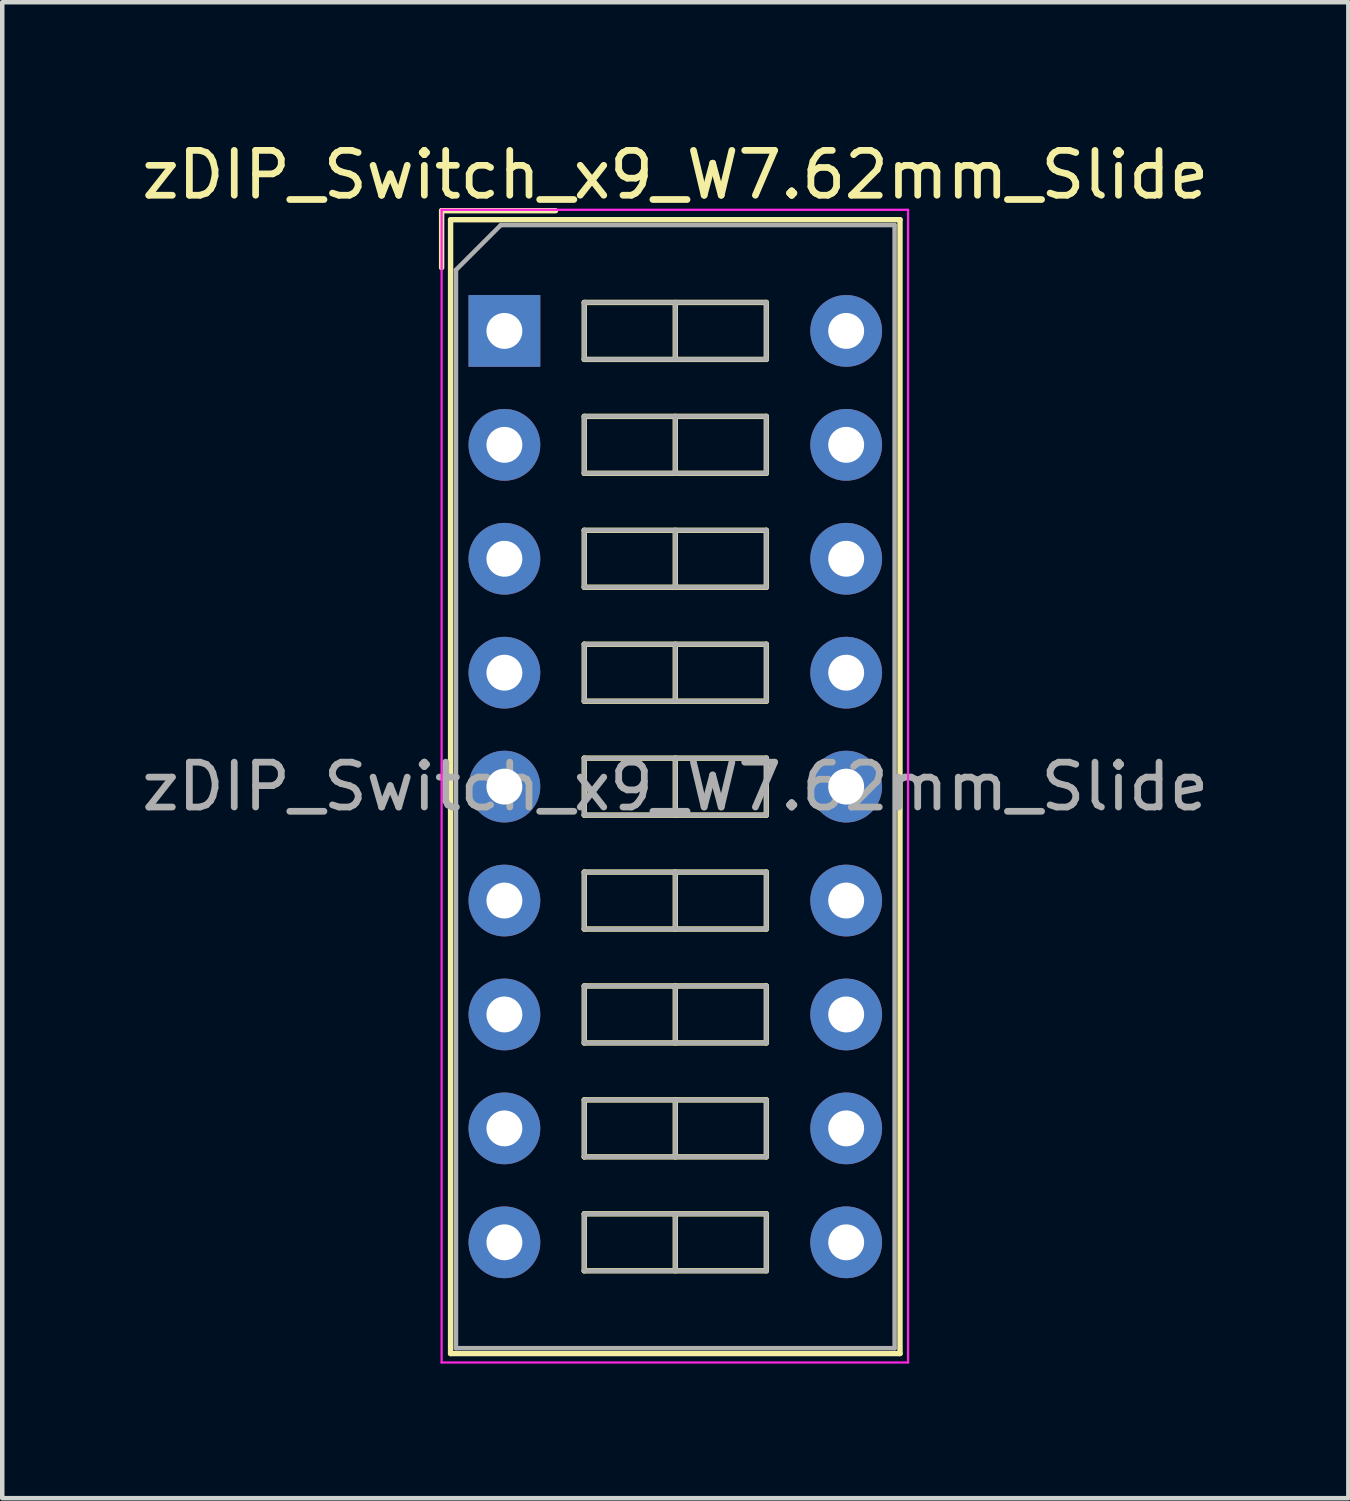
<source format=kicad_pcb>
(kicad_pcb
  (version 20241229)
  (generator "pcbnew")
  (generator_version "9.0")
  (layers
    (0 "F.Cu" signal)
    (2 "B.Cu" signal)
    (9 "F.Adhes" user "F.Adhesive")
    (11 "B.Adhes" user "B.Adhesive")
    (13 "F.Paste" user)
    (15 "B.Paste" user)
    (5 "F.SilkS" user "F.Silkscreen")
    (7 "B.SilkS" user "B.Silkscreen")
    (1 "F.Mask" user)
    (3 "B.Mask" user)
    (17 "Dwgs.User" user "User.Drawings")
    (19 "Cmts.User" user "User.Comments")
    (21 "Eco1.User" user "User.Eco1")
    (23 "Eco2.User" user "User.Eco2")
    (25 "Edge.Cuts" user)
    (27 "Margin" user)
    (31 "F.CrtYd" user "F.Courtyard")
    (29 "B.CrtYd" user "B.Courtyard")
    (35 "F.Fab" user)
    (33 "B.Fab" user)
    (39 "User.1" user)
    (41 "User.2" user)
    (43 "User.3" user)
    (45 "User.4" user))
  (footprint "zDIP_Switch_x9_W7.62mm_Slide"
    (layer "F.Cu")
    (at 8.196 4.328)
    (property "Reference" "zDIP_Switch_x9_W7.62mm_Slide" (at 3.81 -3.48 0) (layer "F.SilkS") (effects (font (size 1 1) (thickness 0.15))))
    (attr through_hole)
    (fp_line (start -1.4 -2.68) (end -1.4 -1.41) (stroke (width 0.12) (type solid)) (layer "F.SilkS"))
    (fp_line (start -1.4 -2.68) (end 1.14 -2.68) (stroke (width 0.12) (type solid)) (layer "F.SilkS"))
    (fp_line (start -1.2 -2.48) (end 8.82 -2.48) (stroke (width 0.12) (type solid)) (layer "F.SilkS"))
    (fp_line (start -1.2 22.8) (end -1.2 -2.48) (stroke (width 0.12) (type solid)) (layer "F.SilkS"))
    (fp_line (start 1.78 -0.635) (end 1.78 0.635) (stroke (width 0.12) (type solid)) (layer "F.SilkS"))
    (fp_line (start 1.78 0.635) (end 5.84 0.635) (stroke (width 0.12) (type solid)) (layer "F.SilkS"))
    (fp_line (start 1.78 1.905) (end 1.78 3.175) (stroke (width 0.12) (type solid)) (layer "F.SilkS"))
    (fp_line (start 1.78 3.175) (end 5.84 3.175) (stroke (width 0.12) (type solid)) (layer "F.SilkS"))
    (fp_line (start 1.78 4.445) (end 1.78 5.715) (stroke (width 0.12) (type solid)) (layer "F.SilkS"))
    (fp_line (start 1.78 5.715) (end 5.84 5.715) (stroke (width 0.12) (type solid)) (layer "F.SilkS"))
    (fp_line (start 1.78 6.985) (end 1.78 8.255) (stroke (width 0.12) (type solid)) (layer "F.SilkS"))
    (fp_line (start 1.78 8.255) (end 5.84 8.255) (stroke (width 0.12) (type solid)) (layer "F.SilkS"))
    (fp_line (start 1.78 9.525) (end 1.78 10.795) (stroke (width 0.12) (type solid)) (layer "F.SilkS"))
    (fp_line (start 1.78 10.795) (end 5.84 10.795) (stroke (width 0.12) (type solid)) (layer "F.SilkS"))
    (fp_line (start 1.78 12.065) (end 1.78 13.335) (stroke (width 0.12) (type solid)) (layer "F.SilkS"))
    (fp_line (start 1.78 13.335) (end 5.84 13.335) (stroke (width 0.12) (type solid)) (layer "F.SilkS"))
    (fp_line (start 1.78 14.605) (end 1.78 15.875) (stroke (width 0.12) (type solid)) (layer "F.SilkS"))
    (fp_line (start 1.78 15.875) (end 5.84 15.875) (stroke (width 0.12) (type solid)) (layer "F.SilkS"))
    (fp_line (start 1.78 17.145) (end 1.78 18.415) (stroke (width 0.12) (type solid)) (layer "F.SilkS"))
    (fp_line (start 1.78 18.415) (end 5.84 18.415) (stroke (width 0.12) (type solid)) (layer "F.SilkS"))
    (fp_line (start 1.78 19.685) (end 1.78 20.955) (stroke (width 0.12) (type solid)) (layer "F.SilkS"))
    (fp_line (start 1.78 20.955) (end 5.84 20.955) (stroke (width 0.12) (type solid)) (layer "F.SilkS"))
    (fp_line (start 3.81 -0.635) (end 3.81 0.635) (stroke (width 0.12) (type solid)) (layer "F.SilkS"))
    (fp_line (start 3.81 1.905) (end 3.81 3.175) (stroke (width 0.12) (type solid)) (layer "F.SilkS"))
    (fp_line (start 3.81 4.445) (end 3.81 5.715) (stroke (width 0.12) (type solid)) (layer "F.SilkS"))
    (fp_line (start 3.81 6.985) (end 3.81 8.255) (stroke (width 0.12) (type solid)) (layer "F.SilkS"))
    (fp_line (start 3.81 9.525) (end 3.81 10.795) (stroke (width 0.12) (type solid)) (layer "F.SilkS"))
    (fp_line (start 3.81 12.065) (end 3.81 13.335) (stroke (width 0.12) (type solid)) (layer "F.SilkS"))
    (fp_line (start 3.81 14.605) (end 3.81 15.875) (stroke (width 0.12) (type solid)) (layer "F.SilkS"))
    (fp_line (start 3.81 17.145) (end 3.81 18.415) (stroke (width 0.12) (type solid)) (layer "F.SilkS"))
    (fp_line (start 3.81 19.685) (end 3.81 20.955) (stroke (width 0.12) (type solid)) (layer "F.SilkS"))
    (fp_line (start 5.84 -0.635) (end 1.78 -0.635) (stroke (width 0.12) (type solid)) (layer "F.SilkS"))
    (fp_line (start 5.84 0.635) (end 5.84 -0.635) (stroke (width 0.12) (type solid)) (layer "F.SilkS"))
    (fp_line (start 5.84 1.905) (end 1.78 1.905) (stroke (width 0.12) (type solid)) (layer "F.SilkS"))
    (fp_line (start 5.84 3.175) (end 5.84 1.905) (stroke (width 0.12) (type solid)) (layer "F.SilkS"))
    (fp_line (start 5.84 4.445) (end 1.78 4.445) (stroke (width 0.12) (type solid)) (layer "F.SilkS"))
    (fp_line (start 5.84 5.715) (end 5.84 4.445) (stroke (width 0.12) (type solid)) (layer "F.SilkS"))
    (fp_line (start 5.84 6.985) (end 1.78 6.985) (stroke (width 0.12) (type solid)) (layer "F.SilkS"))
    (fp_line (start 5.84 8.255) (end 5.84 6.985) (stroke (width 0.12) (type solid)) (layer "F.SilkS"))
    (fp_line (start 5.84 9.525) (end 1.78 9.525) (stroke (width 0.12) (type solid)) (layer "F.SilkS"))
    (fp_line (start 5.84 10.795) (end 5.84 9.525) (stroke (width 0.12) (type solid)) (layer "F.SilkS"))
    (fp_line (start 5.84 12.065) (end 1.78 12.065) (stroke (width 0.12) (type solid)) (layer "F.SilkS"))
    (fp_line (start 5.84 13.335) (end 5.84 12.065) (stroke (width 0.12) (type solid)) (layer "F.SilkS"))
    (fp_line (start 5.84 14.605) (end 1.78 14.605) (stroke (width 0.12) (type solid)) (layer "F.SilkS"))
    (fp_line (start 5.84 15.875) (end 5.84 14.605) (stroke (width 0.12) (type solid)) (layer "F.SilkS"))
    (fp_line (start 5.84 17.145) (end 1.78 17.145) (stroke (width 0.12) (type solid)) (layer "F.SilkS"))
    (fp_line (start 5.84 18.415) (end 5.84 17.145) (stroke (width 0.12) (type solid)) (layer "F.SilkS"))
    (fp_line (start 5.84 19.685) (end 1.78 19.685) (stroke (width 0.12) (type solid)) (layer "F.SilkS"))
    (fp_line (start 5.84 20.955) (end 5.84 19.685) (stroke (width 0.12) (type solid)) (layer "F.SilkS"))
    (fp_line (start 8.82 -2.48) (end 8.82 22.8) (stroke (width 0.12) (type solid)) (layer "F.SilkS"))
    (fp_line (start 8.82 22.8) (end -1.2 22.8) (stroke (width 0.12) (type solid)) (layer "F.SilkS"))
    (fp_line (start -1.4 -2.7) (end -1.4 23) (stroke (width 0.05) (type solid)) (layer "F.CrtYd"))
    (fp_line (start -1.4 23) (end 9 23) (stroke (width 0.05) (type solid)) (layer "F.CrtYd"))
    (fp_line (start 9 -2.7) (end -1.4 -2.7) (stroke (width 0.05) (type solid)) (layer "F.CrtYd"))
    (fp_line (start 9 23) (end 9 -2.7) (stroke (width 0.05) (type solid)) (layer "F.CrtYd"))
    (fp_line (start -1.08 -1.36) (end -0.08 -2.36) (stroke (width 0.1) (type solid)) (layer "F.Fab"))
    (fp_line (start -1.08 22.68) (end -1.08 -1.36) (stroke (width 0.1) (type solid)) (layer "F.Fab"))
    (fp_line (start -0.08 -2.36) (end 8.7 -2.36) (stroke (width 0.1) (type solid)) (layer "F.Fab"))
    (fp_line (start 1.78 -0.635) (end 1.78 0.635) (stroke (width 0.1) (type solid)) (layer "F.Fab"))
    (fp_line (start 1.78 0.635) (end 5.84 0.635) (stroke (width 0.1) (type solid)) (layer "F.Fab"))
    (fp_line (start 1.78 1.905) (end 1.78 3.175) (stroke (width 0.1) (type solid)) (layer "F.Fab"))
    (fp_line (start 1.78 3.175) (end 5.84 3.175) (stroke (width 0.1) (type solid)) (layer "F.Fab"))
    (fp_line (start 1.78 4.445) (end 1.78 5.715) (stroke (width 0.1) (type solid)) (layer "F.Fab"))
    (fp_line (start 1.78 5.715) (end 5.84 5.715) (stroke (width 0.1) (type solid)) (layer "F.Fab"))
    (fp_line (start 1.78 6.985) (end 1.78 8.255) (stroke (width 0.1) (type solid)) (layer "F.Fab"))
    (fp_line (start 1.78 8.255) (end 5.84 8.255) (stroke (width 0.1) (type solid)) (layer "F.Fab"))
    (fp_line (start 1.78 9.525) (end 1.78 10.795) (stroke (width 0.1) (type solid)) (layer "F.Fab"))
    (fp_line (start 1.78 10.795) (end 5.84 10.795) (stroke (width 0.1) (type solid)) (layer "F.Fab"))
    (fp_line (start 1.78 12.065) (end 1.78 13.335) (stroke (width 0.1) (type solid)) (layer "F.Fab"))
    (fp_line (start 1.78 13.335) (end 5.84 13.335) (stroke (width 0.1) (type solid)) (layer "F.Fab"))
    (fp_line (start 1.78 14.605) (end 1.78 15.875) (stroke (width 0.1) (type solid)) (layer "F.Fab"))
    (fp_line (start 1.78 15.875) (end 5.84 15.875) (stroke (width 0.1) (type solid)) (layer "F.Fab"))
    (fp_line (start 1.78 17.145) (end 1.78 18.415) (stroke (width 0.1) (type solid)) (layer "F.Fab"))
    (fp_line (start 1.78 18.415) (end 5.84 18.415) (stroke (width 0.1) (type solid)) (layer "F.Fab"))
    (fp_line (start 1.78 19.685) (end 1.78 20.955) (stroke (width 0.1) (type solid)) (layer "F.Fab"))
    (fp_line (start 1.78 20.955) (end 5.84 20.955) (stroke (width 0.1) (type solid)) (layer "F.Fab"))
    (fp_line (start 3.81 -0.635) (end 3.81 0.635) (stroke (width 0.1) (type solid)) (layer "F.Fab"))
    (fp_line (start 3.81 1.905) (end 3.81 3.175) (stroke (width 0.1) (type solid)) (layer "F.Fab"))
    (fp_line (start 3.81 4.445) (end 3.81 5.715) (stroke (width 0.1) (type solid)) (layer "F.Fab"))
    (fp_line (start 3.81 6.985) (end 3.81 8.255) (stroke (width 0.1) (type solid)) (layer "F.Fab"))
    (fp_line (start 3.81 9.525) (end 3.81 10.795) (stroke (width 0.1) (type solid)) (layer "F.Fab"))
    (fp_line (start 3.81 12.065) (end 3.81 13.335) (stroke (width 0.1) (type solid)) (layer "F.Fab"))
    (fp_line (start 3.81 14.605) (end 3.81 15.875) (stroke (width 0.1) (type solid)) (layer "F.Fab"))
    (fp_line (start 3.81 17.145) (end 3.81 18.415) (stroke (width 0.1) (type solid)) (layer "F.Fab"))
    (fp_line (start 3.81 19.685) (end 3.81 20.955) (stroke (width 0.1) (type solid)) (layer "F.Fab"))
    (fp_line (start 5.84 -0.635) (end 1.78 -0.635) (stroke (width 0.1) (type solid)) (layer "F.Fab"))
    (fp_line (start 5.84 0.635) (end 5.84 -0.635) (stroke (width 0.1) (type solid)) (layer "F.Fab"))
    (fp_line (start 5.84 1.905) (end 1.78 1.905) (stroke (width 0.1) (type solid)) (layer "F.Fab"))
    (fp_line (start 5.84 3.175) (end 5.84 1.905) (stroke (width 0.1) (type solid)) (layer "F.Fab"))
    (fp_line (start 5.84 4.445) (end 1.78 4.445) (stroke (width 0.1) (type solid)) (layer "F.Fab"))
    (fp_line (start 5.84 5.715) (end 5.84 4.445) (stroke (width 0.1) (type solid)) (layer "F.Fab"))
    (fp_line (start 5.84 6.985) (end 1.78 6.985) (stroke (width 0.1) (type solid)) (layer "F.Fab"))
    (fp_line (start 5.84 8.255) (end 5.84 6.985) (stroke (width 0.1) (type solid)) (layer "F.Fab"))
    (fp_line (start 5.84 9.525) (end 1.78 9.525) (stroke (width 0.1) (type solid)) (layer "F.Fab"))
    (fp_line (start 5.84 10.795) (end 5.84 9.525) (stroke (width 0.1) (type solid)) (layer "F.Fab"))
    (fp_line (start 5.84 12.065) (end 1.78 12.065) (stroke (width 0.1) (type solid)) (layer "F.Fab"))
    (fp_line (start 5.84 13.335) (end 5.84 12.065) (stroke (width 0.1) (type solid)) (layer "F.Fab"))
    (fp_line (start 5.84 14.605) (end 1.78 14.605) (stroke (width 0.1) (type solid)) (layer "F.Fab"))
    (fp_line (start 5.84 15.875) (end 5.84 14.605) (stroke (width 0.1) (type solid)) (layer "F.Fab"))
    (fp_line (start 5.84 17.145) (end 1.78 17.145) (stroke (width 0.1) (type solid)) (layer "F.Fab"))
    (fp_line (start 5.84 18.415) (end 5.84 17.145) (stroke (width 0.1) (type solid)) (layer "F.Fab"))
    (fp_line (start 5.84 19.685) (end 1.78 19.685) (stroke (width 0.1) (type solid)) (layer "F.Fab"))
    (fp_line (start 5.84 20.955) (end 5.84 19.685) (stroke (width 0.1) (type solid)) (layer "F.Fab"))
    (fp_line (start 8.7 -2.36) (end 8.7 22.68) (stroke (width 0.1) (type solid)) (layer "F.Fab"))
    (fp_line (start 8.7 22.68) (end -1.08 22.68) (stroke (width 0.1) (type solid)) (layer "F.Fab"))
    (fp_text user "${REFERENCE}" (at 3.81 10.16 0) (layer "F.Fab") (effects (font (size 1 1) (thickness 0.15))))
    (pad "1" thru_hole rect (at 0 0) (size 1.6 1.6) (drill 0.8) (layers "*.Cu" "*.Mask"))
    (pad "2" thru_hole oval (at 0 2.54) (size 1.6 1.6) (drill 0.8) (layers "*.Cu" "*.Mask"))
    (pad "3" thru_hole oval (at 0 5.08) (size 1.6 1.6) (drill 0.8) (layers "*.Cu" "*.Mask"))
    (pad "4" thru_hole oval (at 0 7.62) (size 1.6 1.6) (drill 0.8) (layers "*.Cu" "*.Mask"))
    (pad "5" thru_hole oval (at 0 10.16) (size 1.6 1.6) (drill 0.8) (layers "*.Cu" "*.Mask"))
    (pad "6" thru_hole oval (at 0 12.7) (size 1.6 1.6) (drill 0.8) (layers "*.Cu" "*.Mask"))
    (pad "7" thru_hole oval (at 0 15.24) (size 1.6 1.6) (drill 0.8) (layers "*.Cu" "*.Mask"))
    (pad "8" thru_hole oval (at 0 17.78) (size 1.6 1.6) (drill 0.8) (layers "*.Cu" "*.Mask"))
    (pad "9" thru_hole oval (at 0 20.32) (size 1.6 1.6) (drill 0.8) (layers "*.Cu" "*.Mask"))
    (pad "10" thru_hole oval (at 7.62 20.32) (size 1.6 1.6) (drill 0.8) (layers "*.Cu" "*.Mask"))
    (pad "11" thru_hole oval (at 7.62 17.78) (size 1.6 1.6) (drill 0.8) (layers "*.Cu" "*.Mask"))
    (pad "12" thru_hole oval (at 7.62 15.24) (size 1.6 1.6) (drill 0.8) (layers "*.Cu" "*.Mask"))
    (pad "13" thru_hole oval (at 7.62 12.7) (size 1.6 1.6) (drill 0.8) (layers "*.Cu" "*.Mask"))
    (pad "14" thru_hole oval (at 7.62 10.16) (size 1.6 1.6) (drill 0.8) (layers "*.Cu" "*.Mask"))
    (pad "15" thru_hole oval (at 7.62 7.62) (size 1.6 1.6) (drill 0.8) (layers "*.Cu" "*.Mask"))
    (pad "16" thru_hole oval (at 7.62 5.08) (size 1.6 1.6) (drill 0.8) (layers "*.Cu" "*.Mask"))
    (pad "17" thru_hole oval (at 7.62 2.54) (size 1.6 1.6) (drill 0.8) (layers "*.Cu" "*.Mask"))
    (pad "18" thru_hole oval (at 7.62 0) (size 1.6 1.6) (drill 0.8) (layers "*.Cu" "*.Mask")))
  (gr_rect
    (start -3 -3)
    (end 27.012 30.353)
    (stroke (width 0.1) (type default))
    (fill no)
    (layer "Edge.Cuts")))
</source>
